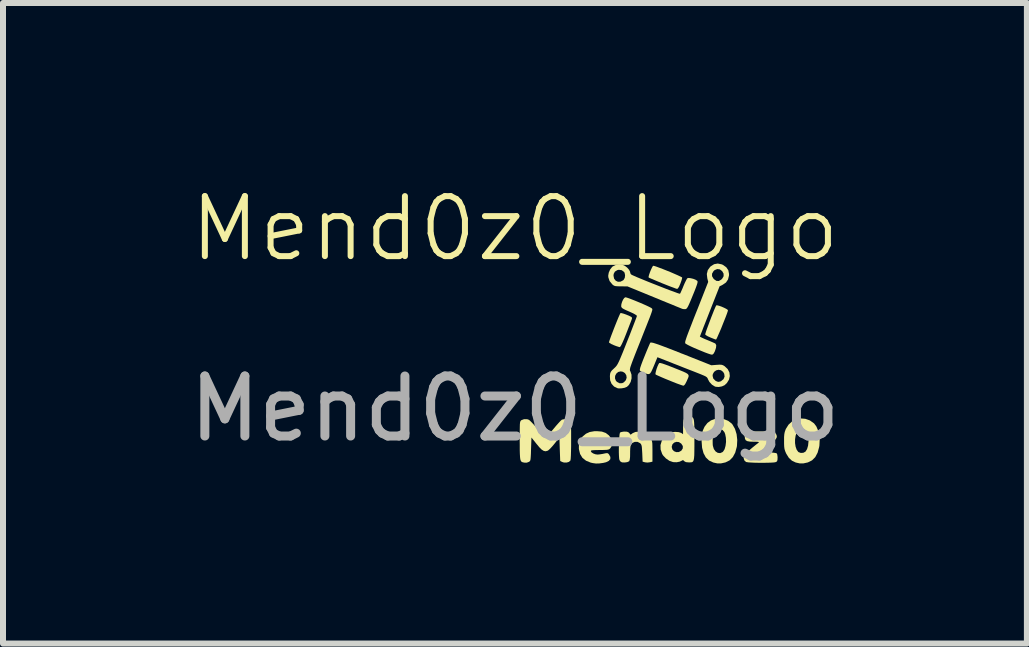
<source format=kicad_pcb>
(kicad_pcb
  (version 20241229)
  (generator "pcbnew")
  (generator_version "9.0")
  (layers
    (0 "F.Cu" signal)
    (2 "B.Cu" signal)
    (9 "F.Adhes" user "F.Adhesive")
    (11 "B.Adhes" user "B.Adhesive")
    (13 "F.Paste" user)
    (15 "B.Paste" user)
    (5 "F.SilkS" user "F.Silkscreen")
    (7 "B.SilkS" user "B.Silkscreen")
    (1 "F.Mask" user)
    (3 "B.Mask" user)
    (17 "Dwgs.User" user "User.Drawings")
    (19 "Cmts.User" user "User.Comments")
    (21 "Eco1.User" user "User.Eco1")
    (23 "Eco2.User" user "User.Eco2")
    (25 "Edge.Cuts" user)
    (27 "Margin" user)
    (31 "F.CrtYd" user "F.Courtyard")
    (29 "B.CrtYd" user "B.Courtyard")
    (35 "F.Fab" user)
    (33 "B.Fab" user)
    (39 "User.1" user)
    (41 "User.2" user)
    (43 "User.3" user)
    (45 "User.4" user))
  (footprint "Mend0z0_Logo"
    (layer "F.Cu")
    (at 5.53 1.26)
    (property "Reference" "Mend0z0_Logo" (at 0 -0.5 0) (unlocked yes) (layer "F.SilkS") (effects (font (size 1 1) (thickness 0.1))))
    (attr smd)
    (fp_poly (pts (xy 2.457 1.747) (xy 2.514 1.767) (xy 2.593 1.797) (xy 2.661 1.824) (xy 2.744 1.857) (xy 2.807 1.883) (xy 2.85 1.903) (xy 2.878 1.921) (xy 2.892 1.939) (xy 2.894 1.96) (xy 2.886 1.985) (xy 2.871 2.019) (xy 2.858 2.048) (xy 2.835 2.092) (xy 2.816 2.113) (xy 2.805 2.116) (xy 2.786 2.111) (xy 2.749 2.098) (xy 2.696 2.079) (xy 2.633 2.054) (xy 2.569 2.028) (xy 2.5 2) (xy 2.439 1.974) (xy 2.39 1.952) (xy 2.357 1.937) (xy 2.343 1.929) (xy 2.341 1.912) (xy 2.348 1.88) (xy 2.359 1.839) (xy 2.374 1.797) (xy 2.39 1.762) (xy 2.403 1.74) (xy 2.405 1.739) (xy 2.421 1.738)) (stroke (width 0) (type solid)) (fill yes) (layer "F.SilkS"))
    (fp_poly (pts (xy 2.32 0.121) (xy 2.355 0.132) (xy 2.403 0.15) (xy 2.462 0.172) (xy 2.527 0.198) (xy 2.592 0.224) (xy 2.654 0.251) (xy 2.709 0.275) (xy 2.752 0.295) (xy 2.779 0.309) (xy 2.786 0.314) (xy 2.784 0.332) (xy 2.774 0.366) (xy 2.758 0.41) (xy 2.756 0.416) (xy 2.733 0.469) (xy 2.713 0.498) (xy 2.701 0.503) (xy 2.684 0.499) (xy 2.647 0.485) (xy 2.595 0.466) (xy 2.531 0.441) (xy 2.461 0.413) (xy 2.458 0.412) (xy 2.388 0.383) (xy 2.326 0.357) (xy 2.276 0.336) (xy 2.242 0.321) (xy 2.227 0.313) (xy 2.227 0.313) (xy 2.227 0.298) (xy 2.235 0.267) (xy 2.249 0.227) (xy 2.266 0.185) (xy 2.283 0.149) (xy 2.297 0.124) (xy 2.304 0.118)) (stroke (width 0) (type solid)) (fill yes) (layer "F.SilkS"))
    (fp_poly (pts (xy 3.402 0.785) (xy 3.442 0.799) (xy 3.483 0.817) (xy 3.519 0.835) (xy 3.543 0.851) (xy 3.549 0.859) (xy 3.544 0.881) (xy 3.531 0.919) (xy 3.512 0.97) (xy 3.488 1.03) (xy 3.462 1.095) (xy 3.436 1.161) (xy 3.41 1.222) (xy 3.386 1.276) (xy 3.368 1.317) (xy 3.355 1.342) (xy 3.35 1.348) (xy 3.332 1.343) (xy 3.299 1.33) (xy 3.256 1.313) (xy 3.255 1.312) (xy 3.214 1.294) (xy 3.184 1.276) (xy 3.17 1.264) (xy 3.17 1.264) (xy 3.173 1.249) (xy 3.183 1.215) (xy 3.2 1.166) (xy 3.222 1.107) (xy 3.246 1.043) (xy 3.271 0.976) (xy 3.296 0.913) (xy 3.318 0.857) (xy 3.337 0.813) (xy 3.35 0.785) (xy 3.354 0.778) (xy 3.37 0.777)) (stroke (width 0) (type solid)) (fill yes) (layer "F.SilkS"))
    (fp_poly (pts (xy 1.775 0.907) (xy 1.809 0.916) (xy 1.852 0.931) (xy 1.864 0.936) (xy 1.911 0.956) (xy 1.938 0.97) (xy 1.95 0.983) (xy 1.95 0.996) (xy 1.949 1.001) (xy 1.942 1.021) (xy 1.927 1.06) (xy 1.906 1.114) (xy 1.881 1.179) (xy 1.853 1.251) (xy 1.853 1.251) (xy 1.82 1.334) (xy 1.793 1.396) (xy 1.773 1.438) (xy 1.758 1.463) (xy 1.747 1.473) (xy 1.744 1.474) (xy 1.723 1.468) (xy 1.686 1.456) (xy 1.645 1.44) (xy 1.605 1.422) (xy 1.577 1.405) (xy 1.566 1.394) (xy 1.571 1.377) (xy 1.583 1.341) (xy 1.601 1.291) (xy 1.624 1.231) (xy 1.649 1.166) (xy 1.675 1.1) (xy 1.7 1.038) (xy 1.723 0.982) (xy 1.742 0.939) (xy 1.754 0.913) (xy 1.759 0.906)) (stroke (width 0) (type solid)) (fill yes) (layer "F.SilkS"))
    (fp_poly (pts (xy 3.484 2.674) (xy 3.553 2.702) (xy 3.61 2.746) (xy 3.625 2.764) (xy 3.666 2.836) (xy 3.693 2.924) (xy 3.704 3.02) (xy 3.699 3.12) (xy 3.696 3.137) (xy 3.67 3.232) (xy 3.63 3.306) (xy 3.577 3.36) (xy 3.509 3.394) (xy 3.501 3.396) (xy 3.433 3.411) (xy 3.372 3.411) (xy 3.304 3.396) (xy 3.234 3.363) (xy 3.18 3.311) (xy 3.142 3.241) (xy 3.118 3.151) (xy 3.11 3.042) (xy 3.11 3.031) (xy 3.11 3.03) (xy 3.294 3.03) (xy 3.295 3.091) (xy 3.298 3.119) (xy 3.314 3.172) (xy 3.343 3.212) (xy 3.379 3.235) (xy 3.419 3.24) (xy 3.458 3.223) (xy 3.468 3.214) (xy 3.493 3.175) (xy 3.509 3.118) (xy 3.517 3.053) (xy 3.515 2.986) (xy 3.503 2.924) (xy 3.489 2.889) (xy 3.459 2.854) (xy 3.419 2.837) (xy 3.376 2.84) (xy 3.337 2.862) (xy 3.323 2.879) (xy 3.308 2.915) (xy 3.298 2.968) (xy 3.294 3.03) (xy 3.11 3.03) (xy 3.115 2.938) (xy 3.131 2.862) (xy 3.159 2.8) (xy 3.202 2.744) (xy 3.208 2.737) (xy 3.265 2.695) (xy 3.334 2.67) (xy 3.409 2.664)) (stroke (width 0) (type solid)) (fill yes) (layer "F.SilkS"))
    (fp_poly (pts (xy 4.838 2.668) (xy 4.914 2.695) (xy 4.983 2.744) (xy 4.984 2.745) (xy 5.021 2.794) (xy 5.05 2.861) (xy 5.069 2.941) (xy 5.077 3.027) (xy 5.073 3.112) (xy 5.069 3.137) (xy 5.043 3.232) (xy 5.004 3.306) (xy 4.95 3.36) (xy 4.882 3.394) (xy 4.875 3.396) (xy 4.806 3.411) (xy 4.745 3.411) (xy 4.678 3.396) (xy 4.615 3.366) (xy 4.564 3.319) (xy 4.522 3.252) (xy 4.516 3.24) (xy 4.501 3.204) (xy 4.491 3.17) (xy 4.486 3.131) (xy 4.484 3.08) (xy 4.484 3.037) (xy 4.484 3.011) (xy 4.667 3.011) (xy 4.667 3.073) (xy 4.676 3.132) (xy 4.694 3.183) (xy 4.72 3.219) (xy 4.725 3.223) (xy 4.763 3.237) (xy 4.805 3.234) (xy 4.841 3.215) (xy 4.841 3.214) (xy 4.867 3.173) (xy 4.884 3.115) (xy 4.891 3.046) (xy 4.889 3.005) (xy 4.877 2.929) (xy 4.853 2.876) (xy 4.819 2.845) (xy 4.773 2.837) (xy 4.747 2.841) (xy 4.716 2.861) (xy 4.692 2.899) (xy 4.676 2.951) (xy 4.667 3.011) (xy 4.484 3.011) (xy 4.484 2.972) (xy 4.488 2.925) (xy 4.495 2.888) (xy 4.507 2.854) (xy 4.513 2.838) (xy 4.558 2.766) (xy 4.617 2.712) (xy 4.686 2.677) (xy 4.761 2.662)) (stroke (width 0) (type solid)) (fill yes) (layer "F.SilkS"))
    (fp_poly (pts (xy 1.867 2.883) (xy 1.893 2.894) (xy 1.905 2.906) (xy 1.927 2.933) (xy 1.962 2.907) (xy 2.008 2.887) (xy 2.066 2.882) (xy 2.127 2.892) (xy 2.167 2.908) (xy 2.204 2.933) (xy 2.24 2.97) (xy 2.253 2.986) (xy 2.268 3.008) (xy 2.278 3.027) (xy 2.285 3.05) (xy 2.289 3.08) (xy 2.29 3.123) (xy 2.291 3.185) (xy 2.291 3.21) (xy 2.291 3.382) (xy 2.25 3.392) (xy 2.207 3.397) (xy 2.168 3.393) (xy 2.127 3.382) (xy 2.121 3.24) (xy 2.117 3.177) (xy 2.114 3.135) (xy 2.108 3.108) (xy 2.1 3.09) (xy 2.088 3.077) (xy 2.085 3.074) (xy 2.042 3.052) (xy 1.997 3.052) (xy 1.957 3.07) (xy 1.945 3.083) (xy 1.933 3.102) (xy 1.925 3.126) (xy 1.921 3.16) (xy 1.919 3.21) (xy 1.919 3.239) (xy 1.918 3.304) (xy 1.913 3.347) (xy 1.906 3.371) (xy 1.902 3.376) (xy 1.871 3.39) (xy 1.828 3.396) (xy 1.785 3.394) (xy 1.783 3.394) (xy 1.756 3.378) (xy 1.741 3.354) (xy 1.736 3.328) (xy 1.733 3.284) (xy 1.731 3.227) (xy 1.731 3.162) (xy 1.733 3.095) (xy 1.735 3.03) (xy 1.739 2.973) (xy 1.743 2.928) (xy 1.749 2.901) (xy 1.751 2.897) (xy 1.773 2.888) (xy 1.808 2.882) (xy 1.825 2.881)) (stroke (width 0) (type solid)) (fill yes) (layer "F.SilkS"))
    (fp_poly (pts (xy 4.167 2.88) (xy 4.227 2.881) (xy 4.269 2.883) (xy 4.298 2.886) (xy 4.317 2.891) (xy 4.331 2.899) (xy 4.337 2.904) (xy 4.358 2.936) (xy 4.363 2.963) (xy 4.36 2.981) (xy 4.349 3.001) (xy 4.327 3.026) (xy 4.29 3.061) (xy 4.237 3.108) (xy 4.236 3.109) (xy 4.109 3.22) (xy 4.226 3.226) (xy 4.28 3.23) (xy 4.324 3.235) (xy 4.353 3.24) (xy 4.36 3.243) (xy 4.37 3.261) (xy 4.375 3.297) (xy 4.376 3.315) (xy 4.374 3.354) (xy 4.367 3.375) (xy 4.352 3.387) (xy 4.343 3.39) (xy 4.318 3.395) (xy 4.273 3.398) (xy 4.214 3.4) (xy 4.146 3.401) (xy 4.075 3.401) (xy 4.005 3.4) (xy 3.942 3.397) (xy 3.891 3.394) (xy 3.858 3.389) (xy 3.85 3.387) (xy 3.822 3.361) (xy 3.81 3.321) (xy 3.814 3.286) (xy 3.827 3.266) (xy 3.857 3.235) (xy 3.901 3.195) (xy 3.956 3.148) (xy 4.018 3.098) (xy 4.056 3.068) (xy 4.065 3.059) (xy 4.061 3.054) (xy 4.041 3.051) (xy 4.001 3.05) (xy 3.978 3.05) (xy 3.914 3.048) (xy 3.87 3.04) (xy 3.844 3.024) (xy 3.832 2.998) (xy 3.829 2.962) (xy 3.834 2.925) (xy 3.843 2.899) (xy 3.846 2.894) (xy 3.863 2.888) (xy 3.9 2.884) (xy 3.96 2.881) (xy 4.044 2.88) (xy 4.085 2.88)) (stroke (width 0) (type solid)) (fill yes) (layer "F.SilkS"))
    (fp_poly (pts (xy 1.448 2.881) (xy 1.513 2.904) (xy 1.564 2.943) (xy 1.588 2.973) (xy 1.61 3.022) (xy 1.618 3.076) (xy 1.61 3.125) (xy 1.587 3.161) (xy 1.573 3.173) (xy 1.555 3.181) (xy 1.529 3.185) (xy 1.49 3.187) (xy 1.432 3.188) (xy 1.411 3.188) (xy 1.347 3.189) (xy 1.304 3.191) (xy 1.278 3.194) (xy 1.266 3.2) (xy 1.264 3.207) (xy 1.275 3.226) (xy 1.303 3.245) (xy 1.34 3.259) (xy 1.376 3.264) (xy 1.41 3.261) (xy 1.455 3.254) (xy 1.479 3.249) (xy 1.517 3.241) (xy 1.54 3.24) (xy 1.556 3.249) (xy 1.568 3.263) (xy 1.59 3.304) (xy 1.589 3.34) (xy 1.564 3.369) (xy 1.517 3.392) (xy 1.47 3.403) (xy 1.403 3.412) (xy 1.349 3.413) (xy 1.298 3.406) (xy 1.262 3.398) (xy 1.184 3.366) (xy 1.124 3.318) (xy 1.085 3.254) (xy 1.066 3.175) (xy 1.065 3.163) (xy 1.066 3.097) (xy 1.257 3.097) (xy 1.258 3.1) (xy 1.275 3.109) (xy 1.309 3.112) (xy 1.35 3.111) (xy 1.389 3.106) (xy 1.418 3.097) (xy 1.422 3.094) (xy 1.438 3.073) (xy 1.432 3.052) (xy 1.407 3.035) (xy 1.369 3.027) (xy 1.328 3.029) (xy 1.296 3.046) (xy 1.284 3.055) (xy 1.264 3.079) (xy 1.257 3.097) (xy 1.066 3.097) (xy 1.066 3.086) (xy 1.084 3.024) (xy 1.121 2.97) (xy 1.129 2.962) (xy 1.184 2.916) (xy 1.246 2.888) (xy 1.321 2.875) (xy 1.365 2.874)) (stroke (width 0) (type solid)) (fill yes) (layer "F.SilkS"))
    (fp_poly (pts (xy 2.922 2.634) (xy 2.943 2.637) (xy 2.959 2.644) (xy 2.971 2.659) (xy 2.98 2.684) (xy 2.985 2.722) (xy 2.988 2.775) (xy 2.989 2.846) (xy 2.99 2.938) (xy 2.99 3.017) (xy 2.99 3.125) (xy 2.989 3.209) (xy 2.988 3.274) (xy 2.984 3.322) (xy 2.978 3.355) (xy 2.969 3.376) (xy 2.956 3.388) (xy 2.938 3.393) (xy 2.915 3.394) (xy 2.893 3.394) (xy 2.849 3.39) (xy 2.823 3.376) (xy 2.818 3.371) (xy 2.802 3.356) (xy 2.785 3.362) (xy 2.783 3.364) (xy 2.745 3.382) (xy 2.694 3.392) (xy 2.639 3.39) (xy 2.633 3.389) (xy 2.573 3.368) (xy 2.515 3.328) (xy 2.467 3.277) (xy 2.452 3.252) (xy 2.427 3.18) (xy 2.426 3.138) (xy 2.612 3.138) (xy 2.623 3.179) (xy 2.65 3.208) (xy 2.688 3.223) (xy 2.73 3.222) (xy 2.769 3.201) (xy 2.772 3.199) (xy 2.796 3.162) (xy 2.797 3.122) (xy 2.772 3.083) (xy 2.77 3.081) (xy 2.732 3.056) (xy 2.69 3.052) (xy 2.652 3.065) (xy 2.624 3.093) (xy 2.612 3.134) (xy 2.612 3.138) (xy 2.426 3.138) (xy 2.425 3.106) (xy 2.446 3.036) (xy 2.489 2.972) (xy 2.542 2.927) (xy 2.584 2.901) (xy 2.622 2.889) (xy 2.668 2.886) (xy 2.674 2.886) (xy 2.728 2.89) (xy 2.767 2.902) (xy 2.773 2.905) (xy 2.801 2.925) (xy 2.801 2.807) (xy 2.803 2.737) (xy 2.809 2.689) (xy 2.823 2.658) (xy 2.846 2.641) (xy 2.879 2.634) (xy 2.895 2.634)) (stroke (width 0) (type solid)) (fill yes) (layer "F.SilkS"))
    (fp_poly (pts (xy 3.443 0.094) (xy 3.465 0.103) (xy 3.521 0.143) (xy 3.555 0.193) (xy 3.567 0.255) (xy 3.566 0.282) (xy 3.55 0.347) (xy 3.516 0.397) (xy 3.461 0.435) (xy 3.461 0.435) (xy 3.41 0.46) (xy 3.247 0.874) (xy 3.209 0.971) (xy 3.174 1.06) (xy 3.143 1.138) (xy 3.118 1.204) (xy 3.098 1.254) (xy 3.086 1.286) (xy 3.081 1.297) (xy 3.091 1.304) (xy 3.12 1.319) (xy 3.162 1.338) (xy 3.201 1.354) (xy 3.254 1.376) (xy 3.298 1.395) (xy 3.329 1.409) (xy 3.34 1.415) (xy 3.354 1.442) (xy 3.35 1.485) (xy 3.331 1.543) (xy 3.312 1.579) (xy 3.295 1.596) (xy 3.277 1.599) (xy 3.256 1.594) (xy 3.217 1.581) (xy 3.163 1.561) (xy 3.1 1.535) (xy 3.049 1.514) (xy 2.983 1.486) (xy 2.924 1.459) (xy 2.878 1.436) (xy 2.849 1.419) (xy 2.839 1.412) (xy 2.836 1.405) (xy 2.836 1.396) (xy 2.837 1.383) (xy 2.842 1.363) (xy 2.851 1.335) (xy 2.864 1.296) (xy 2.883 1.245) (xy 2.908 1.18) (xy 2.94 1.098) (xy 2.979 0.997) (xy 3.027 0.876) (xy 3.047 0.827) (xy 3.22 0.387) (xy 3.205 0.327) (xy 3.201 0.292) (xy 3.284 0.292) (xy 3.309 0.334) (xy 3.318 0.343) (xy 3.357 0.37) (xy 3.397 0.372) (xy 3.437 0.349) (xy 3.453 0.333) (xy 3.477 0.292) (xy 3.476 0.249) (xy 3.452 0.207) (xy 3.413 0.178) (xy 3.37 0.173) (xy 3.328 0.19) (xy 3.309 0.207) (xy 3.284 0.25) (xy 3.284 0.292) (xy 3.201 0.292) (xy 3.197 0.255) (xy 3.213 0.191) (xy 3.252 0.137) (xy 3.26 0.129) (xy 3.318 0.092) (xy 3.379 0.081)) (stroke (width 0) (type solid)) (fill yes) (layer "F.SilkS"))
    (fp_poly (pts (xy 2.279 1.398) (xy 2.305 1.403) (xy 2.343 1.415) (xy 2.394 1.432) (xy 2.461 1.457) (xy 2.546 1.489) (xy 2.649 1.529) (xy 2.774 1.579) (xy 2.794 1.586) (xy 3.272 1.776) (xy 3.361 1.769) (xy 3.41 1.766) (xy 3.443 1.768) (xy 3.468 1.776) (xy 3.494 1.792) (xy 3.544 1.839) (xy 3.573 1.895) (xy 3.58 1.956) (xy 3.566 2.016) (xy 3.531 2.072) (xy 3.493 2.108) (xy 3.449 2.128) (xy 3.395 2.138) (xy 3.344 2.134) (xy 3.33 2.129) (xy 3.282 2.099) (xy 3.241 2.055) (xy 3.216 2.009) (xy 3.209 1.991) (xy 3.198 1.977) (xy 3.179 1.963) (xy 3.157 1.952) (xy 3.293 1.952) (xy 3.305 1.998) (xy 3.34 2.033) (xy 3.349 2.039) (xy 3.385 2.053) (xy 3.42 2.047) (xy 3.435 2.04) (xy 3.475 2.007) (xy 3.493 1.965) (xy 3.487 1.919) (xy 3.468 1.886) (xy 3.433 1.859) (xy 3.392 1.851) (xy 3.352 1.861) (xy 3.318 1.886) (xy 3.297 1.923) (xy 3.293 1.952) (xy 3.157 1.952) (xy 3.148 1.948) (xy 3.101 1.928) (xy 3.043 1.905) (xy 2.98 1.88) (xy 2.9 1.849) (xy 2.81 1.814) (xy 2.718 1.777) (xy 2.63 1.743) (xy 2.629 1.742) (xy 2.374 1.642) (xy 2.322 1.769) (xy 2.294 1.835) (xy 2.273 1.88) (xy 2.255 1.908) (xy 2.237 1.922) (xy 2.215 1.923) (xy 2.187 1.916) (xy 2.164 1.909) (xy 2.124 1.892) (xy 2.093 1.875) (xy 2.082 1.864) (xy 2.081 1.847) (xy 2.088 1.815) (xy 2.105 1.765) (xy 2.131 1.696) (xy 2.16 1.624) (xy 2.188 1.555) (xy 2.213 1.495) (xy 2.234 1.446) (xy 2.248 1.414) (xy 2.254 1.401) (xy 2.254 1.401) (xy 2.262 1.397)) (stroke (width 0) (type solid)) (fill yes) (layer "F.SilkS"))
    (fp_poly (pts (xy 0.875 2.677) (xy 0.908 2.691) (xy 0.917 2.698) (xy 0.923 2.706) (xy 0.928 2.72) (xy 0.932 2.741) (xy 0.934 2.774) (xy 0.935 2.821) (xy 0.936 2.885) (xy 0.936 2.969) (xy 0.936 3.026) (xy 0.936 3.125) (xy 0.934 3.211) (xy 0.932 3.28) (xy 0.929 3.331) (xy 0.925 3.36) (xy 0.923 3.365) (xy 0.899 3.386) (xy 0.861 3.397) (xy 0.818 3.397) (xy 0.789 3.388) (xy 0.754 3.371) (xy 0.747 3.175) (xy 0.741 2.98) (xy 0.659 3.083) (xy 0.621 3.128) (xy 0.585 3.167) (xy 0.556 3.193) (xy 0.542 3.201) (xy 0.511 3.209) (xy 0.48 3.203) (xy 0.446 3.182) (xy 0.406 3.142) (xy 0.357 3.083) (xy 0.275 2.98) (xy 0.268 3.175) (xy 0.266 3.249) (xy 0.263 3.302) (xy 0.26 3.338) (xy 0.256 3.36) (xy 0.249 3.373) (xy 0.24 3.381) (xy 0.231 3.386) (xy 0.197 3.399) (xy 0.163 3.399) (xy 0.136 3.394) (xy 0.119 3.389) (xy 0.106 3.38) (xy 0.097 3.366) (xy 0.089 3.342) (xy 0.085 3.307) (xy 0.082 3.256) (xy 0.08 3.189) (xy 0.08 3.1) (xy 0.079 3.029) (xy 0.08 2.931) (xy 0.08 2.856) (xy 0.081 2.799) (xy 0.082 2.759) (xy 0.085 2.731) (xy 0.089 2.714) (xy 0.095 2.703) (xy 0.102 2.695) (xy 0.107 2.691) (xy 0.152 2.674) (xy 0.204 2.675) (xy 0.233 2.685) (xy 0.251 2.7) (xy 0.281 2.73) (xy 0.32 2.772) (xy 0.363 2.822) (xy 0.38 2.843) (xy 0.423 2.893) (xy 0.459 2.936) (xy 0.488 2.968) (xy 0.505 2.985) (xy 0.508 2.987) (xy 0.519 2.977) (xy 0.542 2.952) (xy 0.576 2.914) (xy 0.617 2.866) (xy 0.64 2.839) (xy 0.684 2.786) (xy 0.724 2.741) (xy 0.756 2.706) (xy 0.778 2.686) (xy 0.783 2.682) (xy 0.828 2.673)) (stroke (width 0) (type solid)) (fill yes) (layer "F.SilkS"))
    (fp_poly (pts (xy 1.792 0.101) (xy 1.831 0.119) (xy 1.869 0.148) (xy 1.9 0.183) (xy 1.917 0.215) (xy 1.919 0.226) (xy 1.927 0.253) (xy 1.935 0.262) (xy 1.952 0.272) (xy 1.989 0.289) (xy 2.042 0.312) (xy 2.108 0.339) (xy 2.183 0.37) (xy 2.265 0.403) (xy 2.349 0.436) (xy 2.433 0.469) (xy 2.514 0.501) (xy 2.588 0.529) (xy 2.652 0.552) (xy 2.702 0.571) (xy 2.736 0.582) (xy 2.75 0.584) (xy 2.75 0.584) (xy 2.759 0.569) (xy 2.774 0.535) (xy 2.794 0.49) (xy 2.807 0.457) (xy 2.829 0.406) (xy 2.85 0.363) (xy 2.866 0.334) (xy 2.873 0.326) (xy 2.895 0.321) (xy 2.931 0.326) (xy 2.972 0.336) (xy 3.01 0.351) (xy 3.037 0.369) (xy 3.04 0.372) (xy 3.043 0.383) (xy 3.041 0.403) (xy 3.031 0.436) (xy 3.014 0.484) (xy 2.988 0.551) (xy 2.962 0.614) (xy 2.93 0.692) (xy 2.905 0.75) (xy 2.886 0.791) (xy 2.871 0.817) (xy 2.859 0.832) (xy 2.848 0.839) (xy 2.839 0.841) (xy 2.806 0.84) (xy 2.788 0.836) (xy 2.773 0.83) (xy 2.737 0.815) (xy 2.682 0.793) (xy 2.613 0.764) (xy 2.531 0.731) (xy 2.438 0.693) (xy 2.339 0.652) (xy 2.322 0.645) (xy 1.875 0.462) (xy 1.766 0.461) (xy 1.711 0.46) (xy 1.675 0.457) (xy 1.651 0.45) (xy 1.632 0.437) (xy 1.623 0.429) (xy 1.577 0.373) (xy 1.556 0.311) (xy 1.554 0.284) (xy 1.642 0.284) (xy 1.652 0.333) (xy 1.679 0.367) (xy 1.716 0.385) (xy 1.759 0.383) (xy 1.802 0.361) (xy 1.811 0.353) (xy 1.83 0.319) (xy 1.835 0.276) (xy 1.827 0.236) (xy 1.818 0.221) (xy 1.779 0.192) (xy 1.731 0.185) (xy 1.705 0.191) (xy 1.665 0.216) (xy 1.645 0.254) (xy 1.642 0.284) (xy 1.554 0.284) (xy 1.554 0.282) (xy 1.563 0.232) (xy 1.586 0.18) (xy 1.619 0.138) (xy 1.628 0.13) (xy 1.676 0.106) (xy 1.735 0.096)) (stroke (width 0) (type solid)) (fill yes) (layer "F.SilkS"))
    (fp_poly (pts (xy 1.862 0.648) (xy 1.901 0.661) (xy 1.953 0.681) (xy 2.013 0.705) (xy 2.076 0.731) (xy 2.139 0.758) (xy 2.195 0.783) (xy 2.241 0.805) (xy 2.271 0.821) (xy 2.28 0.828) (xy 2.284 0.833) (xy 2.288 0.838) (xy 2.289 0.845) (xy 2.288 0.857) (xy 2.283 0.874) (xy 2.275 0.9) (xy 2.262 0.936) (xy 2.244 0.984) (xy 2.219 1.047) (xy 2.188 1.126) (xy 2.149 1.224) (xy 2.102 1.343) (xy 2.083 1.391) (xy 2.037 1.506) (xy 2 1.6) (xy 1.971 1.675) (xy 1.949 1.733) (xy 1.933 1.778) (xy 1.922 1.811) (xy 1.917 1.835) (xy 1.915 1.851) (xy 1.916 1.863) (xy 1.92 1.873) (xy 1.924 1.878) (xy 1.942 1.933) (xy 1.943 1.994) (xy 1.928 2.054) (xy 1.897 2.106) (xy 1.866 2.135) (xy 1.828 2.151) (xy 1.779 2.16) (xy 1.731 2.162) (xy 1.711 2.159) (xy 1.652 2.131) (xy 1.61 2.086) (xy 1.586 2.026) (xy 1.584 1.995) (xy 1.667 1.995) (xy 1.682 2.034) (xy 1.7 2.053) (xy 1.744 2.076) (xy 1.788 2.074) (xy 1.816 2.059) (xy 1.848 2.024) (xy 1.861 1.983) (xy 1.855 1.942) (xy 1.833 1.907) (xy 1.796 1.884) (xy 1.762 1.878) (xy 1.719 1.888) (xy 1.688 1.916) (xy 1.669 1.953) (xy 1.667 1.995) (xy 1.584 1.995) (xy 1.582 1.955) (xy 1.586 1.916) (xy 1.596 1.888) (xy 1.615 1.862) (xy 1.648 1.831) (xy 1.651 1.828) (xy 1.668 1.812) (xy 1.683 1.796) (xy 1.697 1.778) (xy 1.711 1.755) (xy 1.727 1.724) (xy 1.746 1.683) (xy 1.769 1.628) (xy 1.798 1.558) (xy 1.833 1.47) (xy 1.873 1.369) (xy 1.911 1.274) (xy 1.945 1.186) (xy 1.975 1.108) (xy 2 1.043) (xy 2.019 0.993) (xy 2.03 0.962) (xy 2.032 0.952) (xy 2.021 0.941) (xy 1.992 0.923) (xy 1.948 0.901) (xy 1.903 0.881) (xy 1.846 0.856) (xy 1.808 0.837) (xy 1.785 0.822) (xy 1.774 0.807) (xy 1.77 0.794) (xy 1.773 0.759) (xy 1.785 0.719) (xy 1.802 0.682) (xy 1.822 0.654) (xy 1.841 0.643)) (stroke (width 0) (type solid)) (fill yes) (layer "F.SilkS"))
    (fp_text user "${REFERENCE}" (at 0 2.5 0) (unlocked yes) (layer "F.Fab") (effects (font (size 1 1) (thickness 0.15)))))
  (gr_rect
    (start -3 -3)
    (end 14.06 7.673)
    (stroke (width 0.1) (type default))
    (fill no)
    (layer "Edge.Cuts")))
</source>
